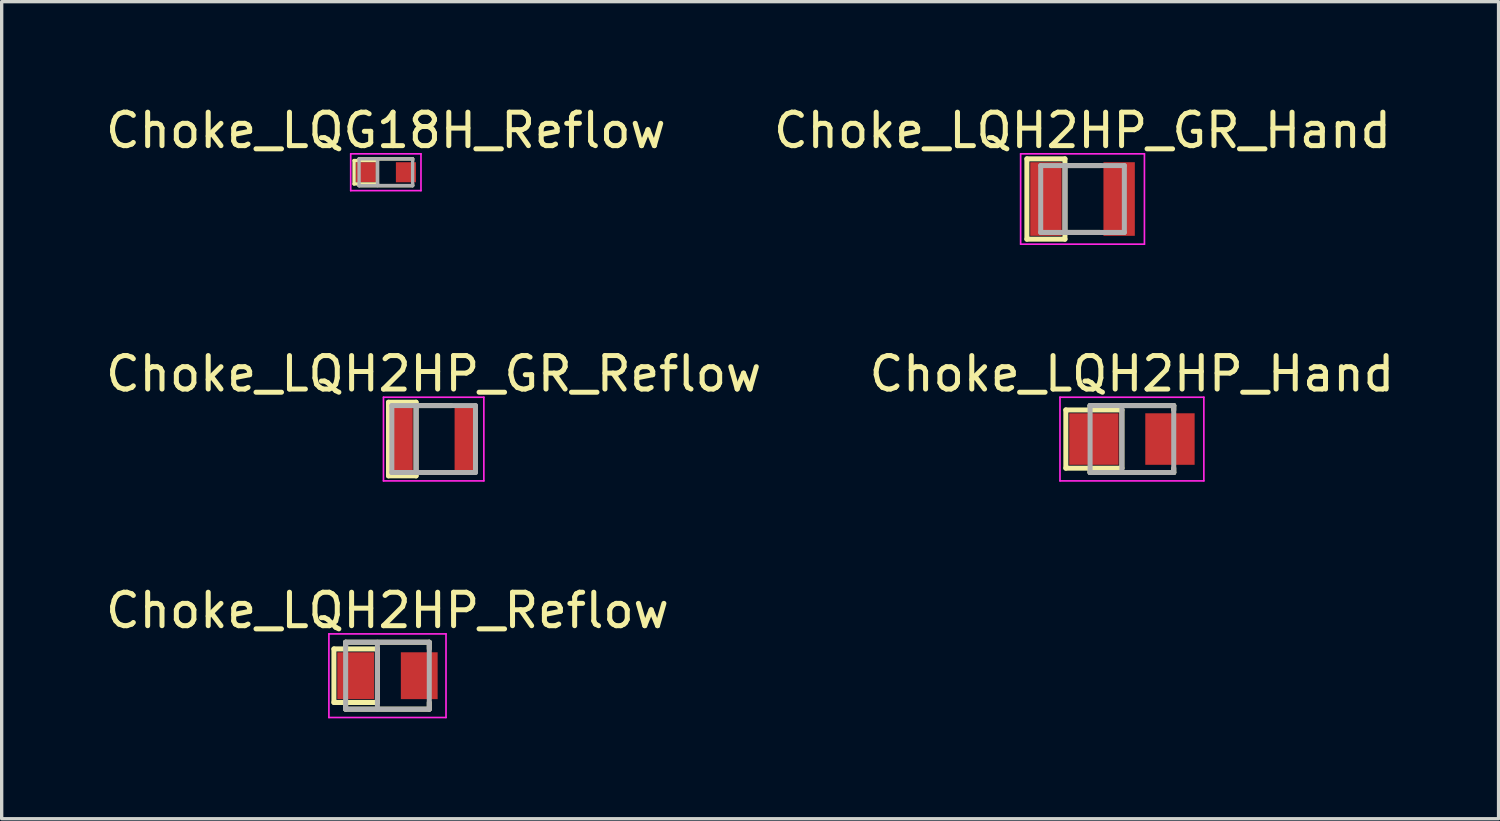
<source format=kicad_pcb>
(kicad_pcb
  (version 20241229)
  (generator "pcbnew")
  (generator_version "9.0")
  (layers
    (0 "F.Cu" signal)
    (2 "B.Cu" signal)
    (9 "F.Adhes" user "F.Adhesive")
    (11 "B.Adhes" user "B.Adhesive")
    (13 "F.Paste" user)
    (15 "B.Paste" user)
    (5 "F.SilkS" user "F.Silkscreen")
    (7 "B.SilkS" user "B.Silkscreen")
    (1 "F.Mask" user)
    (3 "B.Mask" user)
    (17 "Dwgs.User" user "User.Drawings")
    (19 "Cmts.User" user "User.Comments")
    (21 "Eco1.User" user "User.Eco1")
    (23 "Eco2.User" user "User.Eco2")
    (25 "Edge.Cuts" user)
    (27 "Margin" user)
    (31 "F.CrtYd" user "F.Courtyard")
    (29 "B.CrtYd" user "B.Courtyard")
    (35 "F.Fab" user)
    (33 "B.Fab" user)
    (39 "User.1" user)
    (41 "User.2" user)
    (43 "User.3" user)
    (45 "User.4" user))
  (footprint "Choke_LQH2HP_Reflow"
    (layer "F.Cu")
    (at 8.53 17.145)
    (property "Reference" "Choke_LQH2HP_Reflow" (at 0 -1.95 0) (layer "F.SilkS") (effects (font (size 1 1) (thickness 0.15))))
    (attr smd)
    (fp_line (start -1.6 -0.8) (end -0.3 -0.8) (stroke (width 0.15) (type solid)) (layer "F.SilkS"))
    (fp_line (start -1.6 0.8) (end -1.6 -0.8) (stroke (width 0.15) (type solid)) (layer "F.SilkS"))
    (fp_line (start -1.6 0.8) (end -0.3 0.8) (stroke (width 0.15) (type solid)) (layer "F.SilkS"))
    (fp_line (start -1.25 -1) (end -1.25 -0.8) (stroke (width 0.15) (type solid)) (layer "F.SilkS"))
    (fp_line (start -1.25 -1) (end 1.25 -1) (stroke (width 0.15) (type solid)) (layer "F.SilkS"))
    (fp_line (start -1.25 0.8) (end -1.25 1) (stroke (width 0.15) (type solid)) (layer "F.SilkS"))
    (fp_line (start -1.25 1) (end 1.25 1) (stroke (width 0.15) (type solid)) (layer "F.SilkS"))
    (fp_line (start -0.3 -0.8) (end -0.3 0.8) (stroke (width 0.15) (type solid)) (layer "F.SilkS"))
    (fp_line (start 1.25 -1) (end 1.25 -0.8) (stroke (width 0.15) (type solid)) (layer "F.SilkS"))
    (fp_line (start 1.25 0.8) (end 1.25 1) (stroke (width 0.15) (type solid)) (layer "F.SilkS"))
    (fp_line (start -1.75 -1.25) (end -1.75 1.25) (stroke (width 0.05) (type solid)) (layer "F.CrtYd"))
    (fp_line (start -1.75 -1.25) (end 1.75 -1.25) (stroke (width 0.05) (type solid)) (layer "F.CrtYd"))
    (fp_line (start -1.75 1.25) (end 1.75 1.25) (stroke (width 0.05) (type solid)) (layer "F.CrtYd"))
    (fp_line (start 1.75 -1.25) (end 1.75 1.25) (stroke (width 0.05) (type solid)) (layer "F.CrtYd"))
    (fp_line (start -1.25 -1) (end -1.25 1) (stroke (width 0.15) (type solid)) (layer "F.Fab"))
    (fp_line (start -1.25 -1) (end 1.25 -1) (stroke (width 0.15) (type solid)) (layer "F.Fab"))
    (fp_line (start -1.25 1) (end 1.25 1) (stroke (width 0.15) (type solid)) (layer "F.Fab"))
    (fp_line (start -0.3 -1) (end -0.3 1) (stroke (width 0.15) (type solid)) (layer "F.Fab"))
    (fp_line (start 1.25 -1) (end 1.25 1) (stroke (width 0.15) (type solid)) (layer "F.Fab"))
    (pad "1" smd rect (at -0.95 0) (size 1.1 1.4) (layers "F.Cu" "F.Mask" "F.Paste"))
    (pad "2" smd rect (at 0.95 0) (size 1.1 1.4) (layers "F.Cu" "F.Mask" "F.Paste")))
  (footprint "Choke_LQH2HP_GR_Hand"
    (layer "F.Cu")
    (at 29.304 2.898)
    (property "Reference" "Choke_LQH2HP_GR_Hand" (at 0 -2.05 0) (layer "F.SilkS") (effects (font (size 1 1) (thickness 0.15))))
    (attr smd)
    (fp_line (start -1.663 -1.2) (end -0.525 -1.2) (stroke (width 0.15) (type solid)) (layer "F.SilkS"))
    (fp_line (start -1.663 1.2) (end -1.663 -1.2) (stroke (width 0.15) (type solid)) (layer "F.SilkS"))
    (fp_line (start -1.663 1.2) (end -0.525 1.2) (stroke (width 0.15) (type solid)) (layer "F.SilkS"))
    (fp_line (start -0.525 -1.2) (end -0.525 1.2) (stroke (width 0.15) (type solid)) (layer "F.SilkS"))
    (fp_line (start -0.525 -1) (end 0.525 -1) (stroke (width 0.15) (type solid)) (layer "F.SilkS"))
    (fp_line (start -0.525 1) (end 0.525 1) (stroke (width 0.15) (type solid)) (layer "F.SilkS"))
    (fp_line (start -1.85 -1.35) (end -1.85 1.35) (stroke (width 0.05) (type solid)) (layer "F.CrtYd"))
    (fp_line (start -1.85 -1.35) (end 1.85 -1.35) (stroke (width 0.05) (type solid)) (layer "F.CrtYd"))
    (fp_line (start -1.85 1.35) (end 1.85 1.35) (stroke (width 0.05) (type solid)) (layer "F.CrtYd"))
    (fp_line (start 1.85 -1.35) (end 1.85 1.35) (stroke (width 0.05) (type solid)) (layer "F.CrtYd"))
    (fp_line (start -1.25 -1) (end -1.25 1) (stroke (width 0.15) (type solid)) (layer "F.Fab"))
    (fp_line (start -1.25 -1) (end 1.25 -1) (stroke (width 0.15) (type solid)) (layer "F.Fab"))
    (fp_line (start -1.25 1) (end 1.25 1) (stroke (width 0.15) (type solid)) (layer "F.Fab"))
    (fp_line (start -0.525 -1) (end -0.525 1) (stroke (width 0.15) (type solid)) (layer "F.Fab"))
    (fp_line (start 1.25 -1) (end 1.25 1) (stroke (width 0.15) (type solid)) (layer "F.Fab"))
    (pad "1" smd rect (at -1.094 0) (size 0.938 2.2) (layers "F.Cu" "F.Mask" "F.Paste"))
    (pad "2" smd rect (at 1.094 0) (size 0.938 2.2) (layers "F.Cu" "F.Mask" "F.Paste")))
  (footprint "Choke_LQH2HP_GR_Reflow"
    (layer "F.Cu")
    (at 9.911 10.072)
    (property "Reference" "Choke_LQH2HP_GR_Reflow" (at 0 -1.95 0) (layer "F.SilkS") (effects (font (size 1 1) (thickness 0.15))))
    (attr smd)
    (fp_line (start -1.35 -1.1) (end -0.525 -1.1) (stroke (width 0.15) (type solid)) (layer "F.SilkS"))
    (fp_line (start -1.35 1.1) (end -1.35 -1.1) (stroke (width 0.15) (type solid)) (layer "F.SilkS"))
    (fp_line (start -1.35 1.1) (end -0.525 1.1) (stroke (width 0.15) (type solid)) (layer "F.SilkS"))
    (fp_line (start -0.525 -1.1) (end -0.525 1.1) (stroke (width 0.15) (type solid)) (layer "F.SilkS"))
    (fp_line (start -0.525 -1) (end 0.525 -1) (stroke (width 0.15) (type solid)) (layer "F.SilkS"))
    (fp_line (start -0.525 1) (end 0.525 1) (stroke (width 0.15) (type solid)) (layer "F.SilkS"))
    (fp_line (start -1.5 -1.25) (end -1.5 1.25) (stroke (width 0.05) (type solid)) (layer "F.CrtYd"))
    (fp_line (start -1.5 -1.25) (end 1.5 -1.25) (stroke (width 0.05) (type solid)) (layer "F.CrtYd"))
    (fp_line (start -1.5 1.25) (end 1.5 1.25) (stroke (width 0.05) (type solid)) (layer "F.CrtYd"))
    (fp_line (start 1.5 -1.25) (end 1.5 1.25) (stroke (width 0.05) (type solid)) (layer "F.CrtYd"))
    (fp_line (start -1.25 -1) (end -1.25 1) (stroke (width 0.15) (type solid)) (layer "F.Fab"))
    (fp_line (start -1.25 -1) (end 1.25 -1) (stroke (width 0.15) (type solid)) (layer "F.Fab"))
    (fp_line (start -1.25 1) (end 1.25 1) (stroke (width 0.15) (type solid)) (layer "F.Fab"))
    (fp_line (start -0.525 -1) (end -0.525 1) (stroke (width 0.15) (type solid)) (layer "F.Fab"))
    (fp_line (start 1.25 -1) (end 1.25 1) (stroke (width 0.15) (type solid)) (layer "F.Fab"))
    (pad "1" smd rect (at -0.938 0) (size 0.625 2) (layers "F.Cu" "F.Mask" "F.Paste"))
    (pad "2" smd rect (at 0.938 0) (size 0.625 2) (layers "F.Cu" "F.Mask" "F.Paste")))
  (footprint "Choke_LQH2HP_Hand"
    (layer "F.Cu")
    (at 30.78 10.072)
    (property "Reference" "Choke_LQH2HP_Hand" (at 0 -1.95 0) (layer "F.SilkS") (effects (font (size 1 1) (thickness 0.15))))
    (attr smd)
    (fp_line (start -1.975 -0.87) (end -0.3 -0.87) (stroke (width 0.15) (type solid)) (layer "F.SilkS"))
    (fp_line (start -1.975 0.87) (end -1.975 -0.87) (stroke (width 0.15) (type solid)) (layer "F.SilkS"))
    (fp_line (start -1.975 0.87) (end -0.3 0.87) (stroke (width 0.15) (type solid)) (layer "F.SilkS"))
    (fp_line (start -1.25 -1) (end -1.25 -0.87) (stroke (width 0.15) (type solid)) (layer "F.SilkS"))
    (fp_line (start -1.25 -1) (end 1.25 -1) (stroke (width 0.15) (type solid)) (layer "F.SilkS"))
    (fp_line (start -1.25 0.87) (end -1.25 1) (stroke (width 0.15) (type solid)) (layer "F.SilkS"))
    (fp_line (start -1.25 1) (end 1.25 1) (stroke (width 0.15) (type solid)) (layer "F.SilkS"))
    (fp_line (start -0.3 -0.87) (end -0.3 0.87) (stroke (width 0.15) (type solid)) (layer "F.SilkS"))
    (fp_line (start 1.25 -1) (end 1.25 -0.87) (stroke (width 0.15) (type solid)) (layer "F.SilkS"))
    (fp_line (start 1.25 0.87) (end 1.25 1) (stroke (width 0.15) (type solid)) (layer "F.SilkS"))
    (fp_line (start -2.15 -1.25) (end -2.15 1.25) (stroke (width 0.05) (type solid)) (layer "F.CrtYd"))
    (fp_line (start -2.15 -1.25) (end 2.15 -1.25) (stroke (width 0.05) (type solid)) (layer "F.CrtYd"))
    (fp_line (start -2.15 1.25) (end 2.15 1.25) (stroke (width 0.05) (type solid)) (layer "F.CrtYd"))
    (fp_line (start 2.15 -1.25) (end 2.15 1.25) (stroke (width 0.05) (type solid)) (layer "F.CrtYd"))
    (fp_line (start -1.25 -1) (end -1.25 1) (stroke (width 0.15) (type solid)) (layer "F.Fab"))
    (fp_line (start -1.25 -1) (end 1.25 -1) (stroke (width 0.15) (type solid)) (layer "F.Fab"))
    (fp_line (start -1.25 1) (end 1.25 1) (stroke (width 0.15) (type solid)) (layer "F.Fab"))
    (fp_line (start -0.3 -1) (end -0.3 1) (stroke (width 0.15) (type solid)) (layer "F.Fab"))
    (fp_line (start 1.25 -1) (end 1.25 1) (stroke (width 0.15) (type solid)) (layer "F.Fab"))
    (pad "1" smd rect (at -1.137 0) (size 1.475 1.54) (layers "F.Cu" "F.Mask" "F.Paste"))
    (pad "2" smd rect (at 1.137 0) (size 1.475 1.54) (layers "F.Cu" "F.Mask" "F.Paste")))
  (footprint "Choke_LQG18H_Reflow"
    (layer "F.Cu")
    (at 8.482 2.098)
    (property "Reference" "Choke_LQG18H_Reflow" (at 0 -1.25 0) (layer "F.SilkS") (effects (font (size 1 1) (thickness 0.15))))
    (attr smd)
    (fp_line (start -0.95 -0.35) (end -0.25 -0.35) (stroke (width 0.1) (type solid)) (layer "F.SilkS"))
    (fp_line (start -0.95 0.35) (end -0.95 -0.35) (stroke (width 0.1) (type solid)) (layer "F.SilkS"))
    (fp_line (start -0.95 0.35) (end -0.25 0.35) (stroke (width 0.1) (type solid)) (layer "F.SilkS"))
    (fp_line (start -0.8 -0.4) (end -0.8 -0.35) (stroke (width 0.1) (type solid)) (layer "F.SilkS"))
    (fp_line (start -0.8 -0.4) (end 0.8 -0.4) (stroke (width 0.1) (type solid)) (layer "F.SilkS"))
    (fp_line (start -0.8 0.35) (end -0.8 0.4) (stroke (width 0.1) (type solid)) (layer "F.SilkS"))
    (fp_line (start -0.8 0.4) (end 0.8 0.4) (stroke (width 0.1) (type solid)) (layer "F.SilkS"))
    (fp_line (start -0.25 -0.35) (end -0.25 0.35) (stroke (width 0.1) (type solid)) (layer "F.SilkS"))
    (fp_line (start 0.8 -0.4) (end 0.8 -0.35) (stroke (width 0.1) (type solid)) (layer "F.SilkS"))
    (fp_line (start 0.8 0.35) (end 0.8 0.4) (stroke (width 0.1) (type solid)) (layer "F.SilkS"))
    (fp_line (start -1.05 -0.55) (end -1.05 0.55) (stroke (width 0.05) (type solid)) (layer "F.CrtYd"))
    (fp_line (start -1.05 -0.55) (end 1.05 -0.55) (stroke (width 0.05) (type solid)) (layer "F.CrtYd"))
    (fp_line (start -1.05 0.55) (end 1.05 0.55) (stroke (width 0.05) (type solid)) (layer "F.CrtYd"))
    (fp_line (start 1.05 -0.55) (end 1.05 0.55) (stroke (width 0.05) (type solid)) (layer "F.CrtYd"))
    (fp_line (start -0.8 -0.4) (end -0.8 0.4) (stroke (width 0.1) (type solid)) (layer "F.Fab"))
    (fp_line (start -0.8 -0.4) (end 0.8 -0.4) (stroke (width 0.1) (type solid)) (layer "F.Fab"))
    (fp_line (start -0.8 0.4) (end 0.8 0.4) (stroke (width 0.1) (type solid)) (layer "F.Fab"))
    (fp_line (start -0.25 -0.4) (end -0.25 0.4) (stroke (width 0.1) (type solid)) (layer "F.Fab"))
    (fp_line (start 0.8 -0.4) (end 0.8 0.4) (stroke (width 0.1) (type solid)) (layer "F.Fab"))
    (pad "1" smd rect (at -0.6 0) (size 0.6 0.6) (layers "F.Cu" "F.Mask" "F.Paste"))
    (pad "2" smd rect (at 0.6 0) (size 0.6 0.6) (layers "F.Cu" "F.Mask" "F.Paste")))
  (gr_rect
    (start -3 -3)
    (end 41.738 21.42)
    (stroke (width 0.1) (type default))
    (fill no)
    (layer "Edge.Cuts")))
</source>
